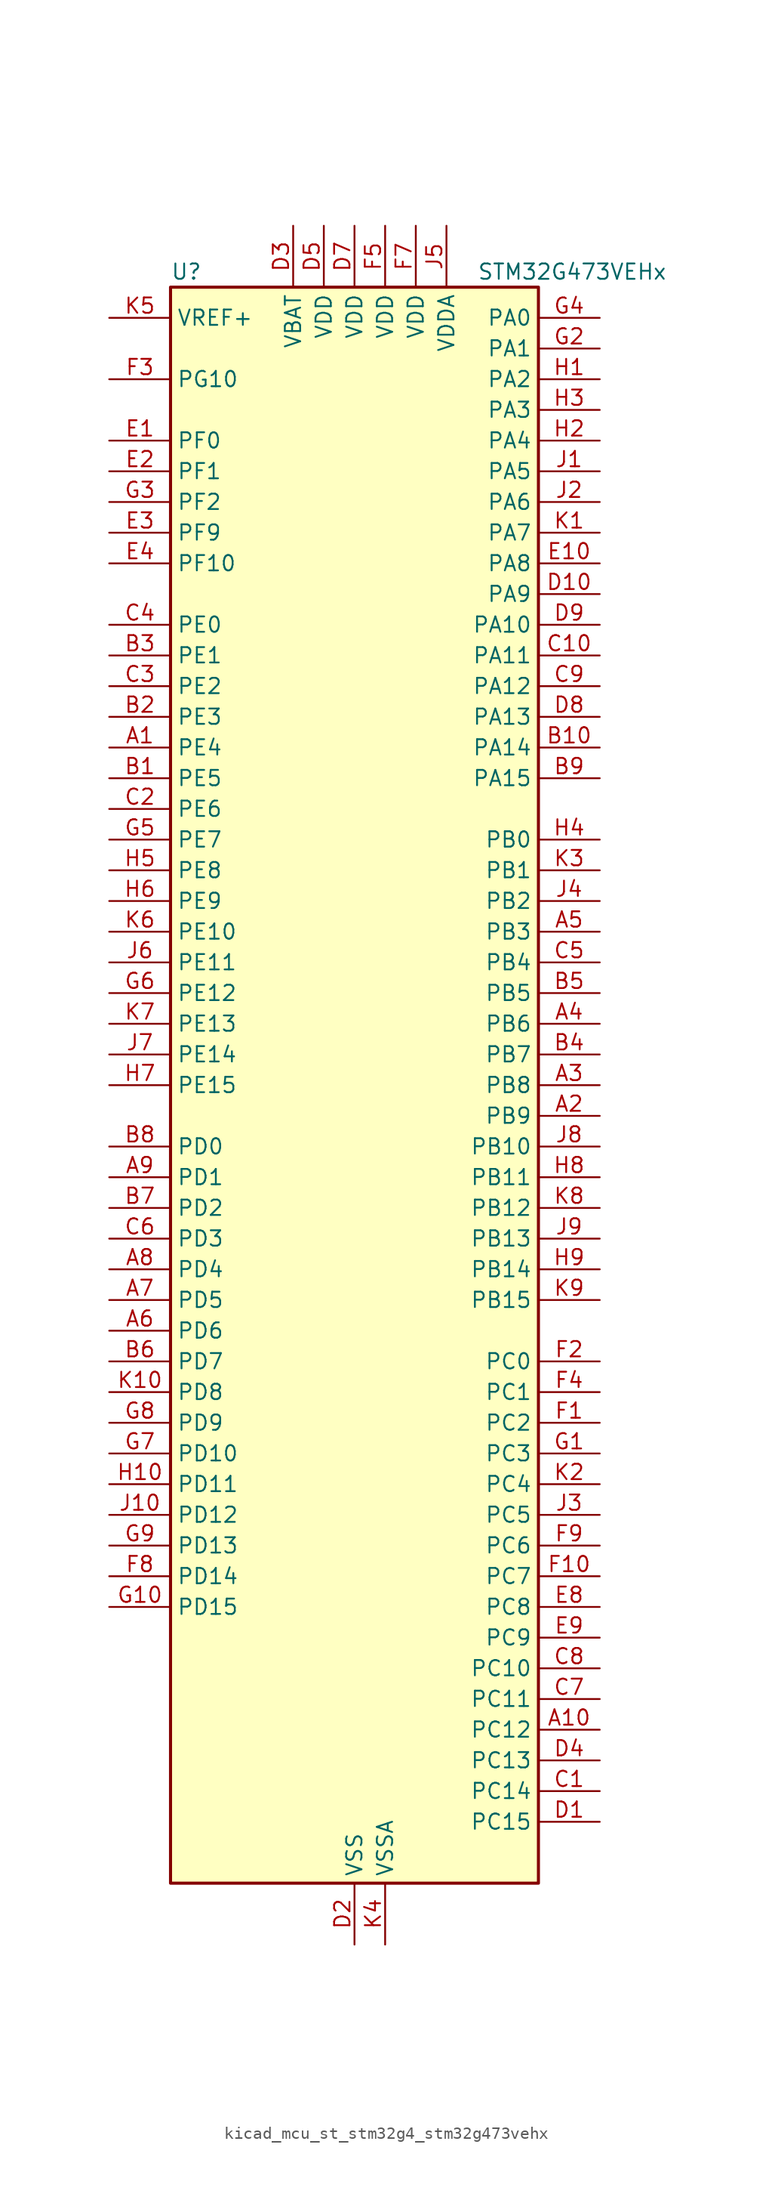
<source format=kicad_sym>
(kicad_symbol_lib
  (version 20220914)
  (generator kicad_symbol_editor)
  (symbol "kicad_mcu_st_stm32g4_stm32g473vehx"
    (property "Reference" "U"
      (at -15.24 67.31 0)
      (effects (font (size 1.27 1.27)) (justify left)))
    (property "Value" "STM32G473VEHx"
      (at 10.16 67.31 0)
      (effects (font (size 1.27 1.27)) (justify left)))
    (property "ki_locked" ""
      (at 0 0 0)
      (effects (font (size 1.27 1.27))))
    (symbol "kicad_mcu_st_stm32g4_stm32g473vehx_0_1"
      (rectangle (start -15.24 -66.04) (end 15.24 66.04) (stroke (width 0.254) (type default)) (fill (type background))))
    (symbol "kicad_mcu_st_stm32g4_stm32g473vehx_1_1"
      (pin bidirectional line (at -20.32 27.94 0) (length 5.08) (name "PE4" (effects (font (size 1.27 1.27)))) (number "A1" (effects (font (size 1.27 1.27)))) (alternate "FMC_A20" bidirectional line) (alternate "SAI1_D2" bidirectional line) (alternate "SAI1_FS_A" bidirectional line) (alternate "SPI4_NSS" bidirectional line) (alternate "SYS_TRACED1" bidirectional line) (alternate "TIM20_CH1N" bidirectional line) (alternate "TIM3_CH3" bidirectional line))
      (pin bidirectional line (at 20.32 -53.34 180) (length 5.08) (name "PC12" (effects (font (size 1.27 1.27)))) (number "A10" (effects (font (size 1.27 1.27)))) (alternate "I2S3_SD" bidirectional line) (alternate "SPI3_MOSI" bidirectional line) (alternate "TIM5_CH2" bidirectional line) (alternate "TIM8_CH3N" bidirectional line) (alternate "UART5_TX" bidirectional line) (alternate "UCPD1_FRSTX1" bidirectional line) (alternate "UCPD1_FRSTX2" bidirectional line) (alternate "USART3_CK" bidirectional line))
      (pin bidirectional line (at 20.32 -2.54 180) (length 5.08) (name "PB9" (effects (font (size 1.27 1.27)))) (number "A2" (effects (font (size 1.27 1.27)))) (alternate "COMP2_OUT" bidirectional line) (alternate "DAC1_EXTI9" bidirectional line) (alternate "DAC2_EXTI9" bidirectional line) (alternate "DAC3_EXTI9" bidirectional line) (alternate "DAC4_EXTI9" bidirectional line) (alternate "FDCAN1_TX" bidirectional line) (alternate "I2C1_SDA" bidirectional line) (alternate "IR_OUT" bidirectional line) (alternate "SAI1_D2" bidirectional line) (alternate "SAI1_FS_A" bidirectional line) (alternate "TIM17_CH1" bidirectional line) (alternate "TIM1_CH3N" bidirectional line) (alternate "TIM4_CH4" bidirectional line) (alternate "TIM8_CH3" bidirectional line) (alternate "USART3_TX" bidirectional line))
      (pin bidirectional line (at 20.32 0 180) (length 5.08) (name "PB8" (effects (font (size 1.27 1.27)))) (number "A3" (effects (font (size 1.27 1.27)))) (alternate "COMP1_OUT" bidirectional line) (alternate "FDCAN1_RX" bidirectional line) (alternate "I2C1_SCL" bidirectional line) (alternate "SAI1_CK1" bidirectional line) (alternate "SAI1_MCLK_A" bidirectional line) (alternate "TIM16_CH1" bidirectional line) (alternate "TIM1_BKIN" bidirectional line) (alternate "TIM4_CH3" bidirectional line) (alternate "TIM8_CH2" bidirectional line) (alternate "USART3_RX" bidirectional line))
      (pin bidirectional line (at 20.32 5.08 180) (length 5.08) (name "PB6" (effects (font (size 1.27 1.27)))) (number "A4" (effects (font (size 1.27 1.27)))) (alternate "COMP4_OUT" bidirectional line) (alternate "FDCAN2_TX" bidirectional line) (alternate "LPTIM1_ETR" bidirectional line) (alternate "SAI1_FS_B" bidirectional line) (alternate "TIM16_CH1N" bidirectional line) (alternate "TIM4_CH1" bidirectional line) (alternate "TIM8_BKIN2" bidirectional line) (alternate "TIM8_CH1" bidirectional line) (alternate "TIM8_ETR" bidirectional line) (alternate "UCPD1_CC1" bidirectional line) (alternate "USART1_TX" bidirectional line))
      (pin bidirectional line (at 20.32 12.7 180) (length 5.08) (name "PB3" (effects (font (size 1.27 1.27)))) (number "A5" (effects (font (size 1.27 1.27)))) (alternate "ADC3_EXTI3" bidirectional line) (alternate "ADC4_EXTI3" bidirectional line) (alternate "ADC5_EXTI3" bidirectional line) (alternate "CRS_SYNC" bidirectional line) (alternate "FDCAN3_RX" bidirectional line) (alternate "I2S3_CK" bidirectional line) (alternate "SAI1_SCK_B" bidirectional line) (alternate "SPI1_SCK" bidirectional line) (alternate "SPI3_SCK" bidirectional line) (alternate "SYS_JTDO-SWO" bidirectional line) (alternate "TIM2_CH2" bidirectional line) (alternate "TIM3_ETR" bidirectional line) (alternate "TIM4_ETR" bidirectional line) (alternate "TIM8_CH1N" bidirectional line) (alternate "USART2_TX" bidirectional line))
      (pin bidirectional line (at -20.32 -20.32 0) (length 5.08) (name "PD6" (effects (font (size 1.27 1.27)))) (number "A6" (effects (font (size 1.27 1.27)))) (alternate "FMC_NWAIT" bidirectional line) (alternate "QUADSPI1_BK2_IO2" bidirectional line) (alternate "SAI1_D1" bidirectional line) (alternate "SAI1_SD_A" bidirectional line) (alternate "TIM2_CH4" bidirectional line) (alternate "USART2_RX" bidirectional line))
      (pin bidirectional line (at -20.32 -17.78 0) (length 5.08) (name "PD5" (effects (font (size 1.27 1.27)))) (number "A7" (effects (font (size 1.27 1.27)))) (alternate "FMC_NWE" bidirectional line) (alternate "QUADSPI1_BK2_IO1" bidirectional line) (alternate "USART2_TX" bidirectional line))
      (pin bidirectional line (at -20.32 -15.24 0) (length 5.08) (name "PD4" (effects (font (size 1.27 1.27)))) (number "A8" (effects (font (size 1.27 1.27)))) (alternate "FMC_NOE" bidirectional line) (alternate "QUADSPI1_BK2_IO0" bidirectional line) (alternate "TIM2_CH2" bidirectional line) (alternate "USART2_DE" bidirectional line) (alternate "USART2_RTS" bidirectional line))
      (pin bidirectional line (at -20.32 -7.62 0) (length 5.08) (name "PD1" (effects (font (size 1.27 1.27)))) (number "A9" (effects (font (size 1.27 1.27)))) (alternate "FDCAN1_TX" bidirectional line) (alternate "FMC_D3" bidirectional line) (alternate "FMC_DA3" bidirectional line) (alternate "TIM8_BKIN2" bidirectional line) (alternate "TIM8_CH4" bidirectional line))
      (pin bidirectional line (at -20.32 25.4 0) (length 5.08) (name "PE5" (effects (font (size 1.27 1.27)))) (number "B1" (effects (font (size 1.27 1.27)))) (alternate "FMC_A21" bidirectional line) (alternate "SAI1_CK2" bidirectional line) (alternate "SAI1_SCK_A" bidirectional line) (alternate "SPI4_MISO" bidirectional line) (alternate "SYS_TRACED2" bidirectional line) (alternate "TIM20_CH2N" bidirectional line) (alternate "TIM3_CH4" bidirectional line))
      (pin bidirectional line (at 20.32 27.94 180) (length 5.08) (name "PA14" (effects (font (size 1.27 1.27)))) (number "B10" (effects (font (size 1.27 1.27)))) (alternate "I2C1_SDA" bidirectional line) (alternate "I2C4_SMBA" bidirectional line) (alternate "LPTIM1_OUT" bidirectional line) (alternate "SAI1_FS_B" bidirectional line) (alternate "SYS_JTCK-SWCLK" bidirectional line) (alternate "TIM1_BKIN" bidirectional line) (alternate "TIM8_CH2" bidirectional line) (alternate "USART2_TX" bidirectional line))
      (pin bidirectional line (at -20.32 30.48 0) (length 5.08) (name "PE3" (effects (font (size 1.27 1.27)))) (number "B2" (effects (font (size 1.27 1.27)))) (alternate "ADC3_EXTI3" bidirectional line) (alternate "ADC4_EXTI3" bidirectional line) (alternate "ADC5_EXTI3" bidirectional line) (alternate "FMC_A19" bidirectional line) (alternate "SAI1_SD_B" bidirectional line) (alternate "SPI4_NSS" bidirectional line) (alternate "SYS_TRACED0" bidirectional line) (alternate "TIM20_CH2" bidirectional line) (alternate "TIM3_CH2" bidirectional line))
      (pin bidirectional line (at -20.32 35.56 0) (length 5.08) (name "PE1" (effects (font (size 1.27 1.27)))) (number "B3" (effects (font (size 1.27 1.27)))) (alternate "FMC_NBL1" bidirectional line) (alternate "TIM17_CH1" bidirectional line) (alternate "TIM20_CH4" bidirectional line) (alternate "USART1_RX" bidirectional line))
      (pin bidirectional line (at 20.32 2.54 180) (length 5.08) (name "PB7" (effects (font (size 1.27 1.27)))) (number "B4" (effects (font (size 1.27 1.27)))) (alternate "COMP3_OUT" bidirectional line) (alternate "FMC_NL" bidirectional line) (alternate "I2C1_SDA" bidirectional line) (alternate "I2C4_SDA" bidirectional line) (alternate "LPTIM1_IN2" bidirectional line) (alternate "SYS_PVD_IN" bidirectional line) (alternate "TIM17_CH1N" bidirectional line) (alternate "TIM3_CH4" bidirectional line) (alternate "TIM4_CH2" bidirectional line) (alternate "TIM8_BKIN" bidirectional line) (alternate "UART4_CTS" bidirectional line) (alternate "USART1_RX" bidirectional line))
      (pin bidirectional line (at 20.32 7.62 180) (length 5.08) (name "PB5" (effects (font (size 1.27 1.27)))) (number "B5" (effects (font (size 1.27 1.27)))) (alternate "FDCAN2_RX" bidirectional line) (alternate "I2C1_SMBA" bidirectional line) (alternate "I2C3_SDA" bidirectional line) (alternate "I2S3_SD" bidirectional line) (alternate "LPTIM1_IN1" bidirectional line) (alternate "SAI1_SD_B" bidirectional line) (alternate "SPI1_MOSI" bidirectional line) (alternate "SPI3_MOSI" bidirectional line) (alternate "TIM16_BKIN" bidirectional line) (alternate "TIM17_CH1" bidirectional line) (alternate "TIM3_CH2" bidirectional line) (alternate "TIM8_CH3N" bidirectional line) (alternate "UART5_CTS" bidirectional line) (alternate "USART2_CK" bidirectional line))
      (pin bidirectional line (at -20.32 -22.86 0) (length 5.08) (name "PD7" (effects (font (size 1.27 1.27)))) (number "B6" (effects (font (size 1.27 1.27)))) (alternate "FMC_NCE" bidirectional line) (alternate "FMC_NE1" bidirectional line) (alternate "QUADSPI1_BK2_IO3" bidirectional line) (alternate "TIM2_CH3" bidirectional line) (alternate "USART2_CK" bidirectional line))
      (pin bidirectional line (at -20.32 -10.16 0) (length 5.08) (name "PD2" (effects (font (size 1.27 1.27)))) (number "B7" (effects (font (size 1.27 1.27)))) (alternate "ADC3_EXTI2" bidirectional line) (alternate "ADC4_EXTI2" bidirectional line) (alternate "ADC5_EXTI2" bidirectional line) (alternate "TIM3_ETR" bidirectional line) (alternate "TIM8_BKIN" bidirectional line) (alternate "UART5_RX" bidirectional line))
      (pin bidirectional line (at -20.32 -5.08 0) (length 5.08) (name "PD0" (effects (font (size 1.27 1.27)))) (number "B8" (effects (font (size 1.27 1.27)))) (alternate "FDCAN1_RX" bidirectional line) (alternate "FMC_D2" bidirectional line) (alternate "FMC_DA2" bidirectional line) (alternate "TIM8_CH4N" bidirectional line))
      (pin bidirectional line (at 20.32 25.4 180) (length 5.08) (name "PA15" (effects (font (size 1.27 1.27)))) (number "B9" (effects (font (size 1.27 1.27)))) (alternate "ADC1_EXTI15" bidirectional line) (alternate "ADC2_EXTI15" bidirectional line) (alternate "FDCAN3_TX" bidirectional line) (alternate "I2C1_SCL" bidirectional line) (alternate "I2S3_WS" bidirectional line) (alternate "SPI1_NSS" bidirectional line) (alternate "SPI3_NSS" bidirectional line) (alternate "SYS_JTDI" bidirectional line) (alternate "TIM1_BKIN" bidirectional line) (alternate "TIM2_CH1" bidirectional line) (alternate "TIM2_ETR" bidirectional line) (alternate "TIM8_CH1" bidirectional line) (alternate "UART4_DE" bidirectional line) (alternate "UART4_RTS" bidirectional line) (alternate "USART2_RX" bidirectional line))
      (pin bidirectional line (at 20.32 -58.42 180) (length 5.08) (name "PC14" (effects (font (size 1.27 1.27)))) (number "C1" (effects (font (size 1.27 1.27)))) (alternate "RCC_OSC32_IN" bidirectional line))
      (pin bidirectional line (at 20.32 35.56 180) (length 5.08) (name "PA11" (effects (font (size 1.27 1.27)))) (number "C10" (effects (font (size 1.27 1.27)))) (alternate "ADC1_EXTI11" bidirectional line) (alternate "ADC2_EXTI11" bidirectional line) (alternate "COMP1_OUT" bidirectional line) (alternate "FDCAN1_RX" bidirectional line) (alternate "I2S2_SD" bidirectional line) (alternate "SPI2_MOSI" bidirectional line) (alternate "TIM1_BKIN2" bidirectional line) (alternate "TIM1_CH1N" bidirectional line) (alternate "TIM1_CH4" bidirectional line) (alternate "TIM4_CH1" bidirectional line) (alternate "USART1_CTS" bidirectional line) (alternate "USART1_NSS" bidirectional line) (alternate "USB_DM" bidirectional line))
      (pin bidirectional line (at -20.32 22.86 0) (length 5.08) (name "PE6" (effects (font (size 1.27 1.27)))) (number "C2" (effects (font (size 1.27 1.27)))) (alternate "FMC_A22" bidirectional line) (alternate "RTC_TAMP3" bidirectional line) (alternate "SAI1_D1" bidirectional line) (alternate "SAI1_SD_A" bidirectional line) (alternate "SPI4_MOSI" bidirectional line) (alternate "SYS_TRACED3" bidirectional line) (alternate "SYS_WKUP3" bidirectional line) (alternate "TIM20_CH3N" bidirectional line))
      (pin bidirectional line (at -20.32 33.02 0) (length 5.08) (name "PE2" (effects (font (size 1.27 1.27)))) (number "C3" (effects (font (size 1.27 1.27)))) (alternate "ADC3_EXTI2" bidirectional line) (alternate "ADC4_EXTI2" bidirectional line) (alternate "ADC5_EXTI2" bidirectional line) (alternate "FMC_A23" bidirectional line) (alternate "SAI1_CK1" bidirectional line) (alternate "SAI1_MCLK_A" bidirectional line) (alternate "SPI4_SCK" bidirectional line) (alternate "SYS_TRACECLK" bidirectional line) (alternate "TIM20_CH1" bidirectional line) (alternate "TIM3_CH1" bidirectional line))
      (pin bidirectional line (at -20.32 38.1 0) (length 5.08) (name "PE0" (effects (font (size 1.27 1.27)))) (number "C4" (effects (font (size 1.27 1.27)))) (alternate "FMC_NBL0" bidirectional line) (alternate "TIM16_CH1" bidirectional line) (alternate "TIM20_CH4N" bidirectional line) (alternate "TIM20_ETR" bidirectional line) (alternate "TIM4_ETR" bidirectional line) (alternate "USART1_TX" bidirectional line))
      (pin bidirectional line (at 20.32 10.16 180) (length 5.08) (name "PB4" (effects (font (size 1.27 1.27)))) (number "C5" (effects (font (size 1.27 1.27)))) (alternate "FDCAN3_TX" bidirectional line) (alternate "SAI1_MCLK_B" bidirectional line) (alternate "SPI1_MISO" bidirectional line) (alternate "SPI3_MISO" bidirectional line) (alternate "SYS_JTRST" bidirectional line) (alternate "TIM16_CH1" bidirectional line) (alternate "TIM17_BKIN" bidirectional line) (alternate "TIM3_CH1" bidirectional line) (alternate "TIM8_CH2N" bidirectional line) (alternate "UART5_DE" bidirectional line) (alternate "UART5_RTS" bidirectional line) (alternate "UCPD1_CC2" bidirectional line) (alternate "USART2_RX" bidirectional line))
      (pin bidirectional line (at -20.32 -12.7 0) (length 5.08) (name "PD3" (effects (font (size 1.27 1.27)))) (number "C6" (effects (font (size 1.27 1.27)))) (alternate "ADC3_EXTI3" bidirectional line) (alternate "ADC4_EXTI3" bidirectional line) (alternate "ADC5_EXTI3" bidirectional line) (alternate "FMC_CLK" bidirectional line) (alternate "QUADSPI1_BK2_NCS" bidirectional line) (alternate "TIM2_CH1" bidirectional line) (alternate "TIM2_ETR" bidirectional line) (alternate "USART2_CTS" bidirectional line) (alternate "USART2_NSS" bidirectional line))
      (pin bidirectional line (at 20.32 -50.8 180) (length 5.08) (name "PC11" (effects (font (size 1.27 1.27)))) (number "C7" (effects (font (size 1.27 1.27)))) (alternate "ADC1_EXTI11" bidirectional line) (alternate "ADC2_EXTI11" bidirectional line) (alternate "I2C3_SDA" bidirectional line) (alternate "SPI3_MISO" bidirectional line) (alternate "TIM8_CH2N" bidirectional line) (alternate "UART4_RX" bidirectional line) (alternate "USART3_RX" bidirectional line))
      (pin bidirectional line (at 20.32 -48.26 180) (length 5.08) (name "PC10" (effects (font (size 1.27 1.27)))) (number "C8" (effects (font (size 1.27 1.27)))) (alternate "DAC1_EXTI10" bidirectional line) (alternate "DAC2_EXTI10" bidirectional line) (alternate "DAC3_EXTI10" bidirectional line) (alternate "DAC4_EXTI10" bidirectional line) (alternate "I2S3_CK" bidirectional line) (alternate "SPI3_SCK" bidirectional line) (alternate "TIM8_CH1N" bidirectional line) (alternate "UART4_TX" bidirectional line) (alternate "USART3_TX" bidirectional line))
      (pin bidirectional line (at 20.32 33.02 180) (length 5.08) (name "PA12" (effects (font (size 1.27 1.27)))) (number "C9" (effects (font (size 1.27 1.27)))) (alternate "COMP2_OUT" bidirectional line) (alternate "FDCAN1_TX" bidirectional line) (alternate "I2S_CKIN" bidirectional line) (alternate "TIM16_CH1" bidirectional line) (alternate "TIM1_CH2N" bidirectional line) (alternate "TIM1_ETR" bidirectional line) (alternate "TIM4_CH2" bidirectional line) (alternate "USART1_DE" bidirectional line) (alternate "USART1_RTS" bidirectional line) (alternate "USB_DP" bidirectional line))
      (pin bidirectional line (at 20.32 -60.96 180) (length 5.08) (name "PC15" (effects (font (size 1.27 1.27)))) (number "D1" (effects (font (size 1.27 1.27)))) (alternate "ADC1_EXTI15" bidirectional line) (alternate "ADC2_EXTI15" bidirectional line) (alternate "RCC_OSC32_OUT" bidirectional line))
      (pin bidirectional line (at 20.32 40.64 180) (length 5.08) (name "PA9" (effects (font (size 1.27 1.27)))) (number "D10" (effects (font (size 1.27 1.27)))) (alternate "ADC5_IN2" bidirectional line) (alternate "COMP5_OUT" bidirectional line) (alternate "DAC1_EXTI9" bidirectional line) (alternate "DAC2_EXTI9" bidirectional line) (alternate "DAC3_EXTI9" bidirectional line) (alternate "DAC4_EXTI9" bidirectional line) (alternate "I2C2_SCL" bidirectional line) (alternate "I2C3_SMBA" bidirectional line) (alternate "I2S3_MCK" bidirectional line) (alternate "SAI1_FS_A" bidirectional line) (alternate "TIM15_BKIN" bidirectional line) (alternate "TIM1_CH2" bidirectional line) (alternate "TIM2_CH3" bidirectional line) (alternate "UCPD1_DBCC1" bidirectional line) (alternate "USART1_TX" bidirectional line))
      (pin power_in line (at 0 -71.12 90) (length 5.08) (name "VSS" (effects (font (size 1.27 1.27)))) (number "D2" (effects (font (size 1.27 1.27)))))
      (pin power_in line (at -5.08 71.12 270) (length 5.08) (name "VBAT" (effects (font (size 1.27 1.27)))) (number "D3" (effects (font (size 1.27 1.27)))))
      (pin bidirectional line (at 20.32 -55.88 180) (length 5.08) (name "PC13" (effects (font (size 1.27 1.27)))) (number "D4" (effects (font (size 1.27 1.27)))) (alternate "RTC_OUT1" bidirectional line) (alternate "RTC_TAMP1" bidirectional line) (alternate "RTC_TS" bidirectional line) (alternate "SYS_WKUP2" bidirectional line) (alternate "TIM1_BKIN" bidirectional line) (alternate "TIM1_CH1N" bidirectional line) (alternate "TIM8_CH4N" bidirectional line))
      (pin power_in line (at -2.54 71.12 270) (length 5.08) (name "VDD" (effects (font (size 1.27 1.27)))) (number "D5" (effects (font (size 1.27 1.27)))))
      (pin passive line (at 0 -71.12 90) (length 5.08) hide (name "VSS" (effects (font (size 1.27 1.27)))) (number "D6" (effects (font (size 1.27 1.27)))))
      (pin power_in line (at 0 71.12 270) (length 5.08) (name "VDD" (effects (font (size 1.27 1.27)))) (number "D7" (effects (font (size 1.27 1.27)))))
      (pin bidirectional line (at 20.32 30.48 180) (length 5.08) (name "PA13" (effects (font (size 1.27 1.27)))) (number "D8" (effects (font (size 1.27 1.27)))) (alternate "I2C1_SCL" bidirectional line) (alternate "I2C4_SCL" bidirectional line) (alternate "IR_OUT" bidirectional line) (alternate "SAI1_SD_B" bidirectional line) (alternate "SYS_JTMS-SWDIO" bidirectional line) (alternate "TIM16_CH1N" bidirectional line) (alternate "TIM4_CH3" bidirectional line) (alternate "USART3_CTS" bidirectional line) (alternate "USART3_NSS" bidirectional line))
      (pin bidirectional line (at 20.32 38.1 180) (length 5.08) (name "PA10" (effects (font (size 1.27 1.27)))) (number "D9" (effects (font (size 1.27 1.27)))) (alternate "COMP6_OUT" bidirectional line) (alternate "CRS_SYNC" bidirectional line) (alternate "DAC1_EXTI10" bidirectional line) (alternate "DAC2_EXTI10" bidirectional line) (alternate "DAC3_EXTI10" bidirectional line) (alternate "DAC4_EXTI10" bidirectional line) (alternate "I2C2_SMBA" bidirectional line) (alternate "SAI1_D1" bidirectional line) (alternate "SAI1_SD_A" bidirectional line) (alternate "SPI2_MISO" bidirectional line) (alternate "TIM17_BKIN" bidirectional line) (alternate "TIM1_CH3" bidirectional line) (alternate "TIM2_CH4" bidirectional line) (alternate "TIM8_BKIN" bidirectional line) (alternate "UCPD1_DBCC2" bidirectional line) (alternate "USART1_RX" bidirectional line))
      (pin bidirectional line (at -20.32 53.34 0) (length 5.08) (name "PF0" (effects (font (size 1.27 1.27)))) (number "E1" (effects (font (size 1.27 1.27)))) (alternate "ADC1_IN10" bidirectional line) (alternate "I2C2_SDA" bidirectional line) (alternate "I2S2_WS" bidirectional line) (alternate "RCC_OSC_IN" bidirectional line) (alternate "SPI2_NSS" bidirectional line) (alternate "TIM1_CH3N" bidirectional line))
      (pin bidirectional line (at 20.32 43.18 180) (length 5.08) (name "PA8" (effects (font (size 1.27 1.27)))) (number "E10" (effects (font (size 1.27 1.27)))) (alternate "ADC5_IN1" bidirectional line) (alternate "COMP7_OUT" bidirectional line) (alternate "FDCAN3_RX" bidirectional line) (alternate "I2C2_SDA" bidirectional line) (alternate "I2C3_SCL" bidirectional line) (alternate "I2S2_MCK" bidirectional line) (alternate "OPAMP5_VOUT" bidirectional line) (alternate "RCC_MCO" bidirectional line) (alternate "SAI1_CK2" bidirectional line) (alternate "SAI1_SCK_A" bidirectional line) (alternate "TIM1_CH1" bidirectional line) (alternate "TIM4_ETR" bidirectional line) (alternate "USART1_CK" bidirectional line))
      (pin bidirectional line (at -20.32 50.8 0) (length 5.08) (name "PF1" (effects (font (size 1.27 1.27)))) (number "E2" (effects (font (size 1.27 1.27)))) (alternate "ADC2_IN10" bidirectional line) (alternate "COMP3_INM" bidirectional line) (alternate "I2S2_CK" bidirectional line) (alternate "RCC_OSC_OUT" bidirectional line) (alternate "SPI2_SCK" bidirectional line))
      (pin bidirectional line (at -20.32 45.72 0) (length 5.08) (name "PF9" (effects (font (size 1.27 1.27)))) (number "E3" (effects (font (size 1.27 1.27)))) (alternate "DAC1_EXTI9" bidirectional line) (alternate "DAC2_EXTI9" bidirectional line) (alternate "DAC3_EXTI9" bidirectional line) (alternate "DAC4_EXTI9" bidirectional line) (alternate "FMC_A25" bidirectional line) (alternate "QUADSPI1_BK1_IO1" bidirectional line) (alternate "SAI1_FS_B" bidirectional line) (alternate "SPI2_SCK" bidirectional line) (alternate "TIM15_CH1" bidirectional line) (alternate "TIM20_BKIN" bidirectional line) (alternate "TIM5_CH4" bidirectional line))
      (pin bidirectional line (at -20.32 43.18 0) (length 5.08) (name "PF10" (effects (font (size 1.27 1.27)))) (number "E4" (effects (font (size 1.27 1.27)))) (alternate "DAC1_EXTI10" bidirectional line) (alternate "DAC2_EXTI10" bidirectional line) (alternate "DAC3_EXTI10" bidirectional line) (alternate "DAC4_EXTI10" bidirectional line) (alternate "FMC_A0" bidirectional line) (alternate "QUADSPI1_CLK" bidirectional line) (alternate "SAI1_D3" bidirectional line) (alternate "SPI2_SCK" bidirectional line) (alternate "TIM15_CH2" bidirectional line) (alternate "TIM20_BKIN2" bidirectional line))
      (pin passive line (at 0 -71.12 90) (length 5.08) hide (name "VSS" (effects (font (size 1.27 1.27)))) (number "E5" (effects (font (size 1.27 1.27)))))
      (pin passive line (at 0 -71.12 90) (length 5.08) hide (name "VSS" (effects (font (size 1.27 1.27)))) (number "E6" (effects (font (size 1.27 1.27)))))
      (pin passive line (at 0 -71.12 90) (length 5.08) hide (name "VSS" (effects (font (size 1.27 1.27)))) (number "E7" (effects (font (size 1.27 1.27)))))
      (pin bidirectional line (at 20.32 -43.18 180) (length 5.08) (name "PC8" (effects (font (size 1.27 1.27)))) (number "E8" (effects (font (size 1.27 1.27)))) (alternate "COMP7_OUT" bidirectional line) (alternate "I2C3_SCL" bidirectional line) (alternate "TIM20_CH3" bidirectional line) (alternate "TIM3_CH3" bidirectional line) (alternate "TIM8_CH3" bidirectional line))
      (pin bidirectional line (at 20.32 -45.72 180) (length 5.08) (name "PC9" (effects (font (size 1.27 1.27)))) (number "E9" (effects (font (size 1.27 1.27)))) (alternate "DAC1_EXTI9" bidirectional line) (alternate "DAC2_EXTI9" bidirectional line) (alternate "DAC3_EXTI9" bidirectional line) (alternate "DAC4_EXTI9" bidirectional line) (alternate "I2C3_SDA" bidirectional line) (alternate "I2S_CKIN" bidirectional line) (alternate "TIM3_CH4" bidirectional line) (alternate "TIM8_BKIN2" bidirectional line) (alternate "TIM8_CH4" bidirectional line))
      (pin bidirectional line (at 20.32 -27.94 180) (length 5.08) (name "PC2" (effects (font (size 1.27 1.27)))) (number "F1" (effects (font (size 1.27 1.27)))) (alternate "ADC1_IN8" bidirectional line) (alternate "ADC2_IN8" bidirectional line) (alternate "ADC3_EXTI2" bidirectional line) (alternate "ADC4_EXTI2" bidirectional line) (alternate "ADC5_EXTI2" bidirectional line) (alternate "COMP3_OUT" bidirectional line) (alternate "LPTIM1_IN2" bidirectional line) (alternate "QUADSPI1_BK2_IO1" bidirectional line) (alternate "TIM1_CH3" bidirectional line) (alternate "TIM20_CH2" bidirectional line))
      (pin bidirectional line (at 20.32 -40.64 180) (length 5.08) (name "PC7" (effects (font (size 1.27 1.27)))) (number "F10" (effects (font (size 1.27 1.27)))) (alternate "COMP5_OUT" bidirectional line) (alternate "I2C4_SDA" bidirectional line) (alternate "I2S3_MCK" bidirectional line) (alternate "TIM3_CH2" bidirectional line) (alternate "TIM8_CH2" bidirectional line))
      (pin bidirectional line (at 20.32 -22.86 180) (length 5.08) (name "PC0" (effects (font (size 1.27 1.27)))) (number "F2" (effects (font (size 1.27 1.27)))) (alternate "ADC1_IN6" bidirectional line) (alternate "ADC2_IN6" bidirectional line) (alternate "COMP3_INM" bidirectional line) (alternate "LPTIM1_IN1" bidirectional line) (alternate "LPUART1_RX" bidirectional line) (alternate "TIM1_CH1" bidirectional line))
      (pin bidirectional line (at -20.32 58.42 0) (length 5.08) (name "PG10" (effects (font (size 1.27 1.27)))) (number "F3" (effects (font (size 1.27 1.27)))) (alternate "DAC1_EXTI10" bidirectional line) (alternate "DAC2_EXTI10" bidirectional line) (alternate "DAC3_EXTI10" bidirectional line) (alternate "DAC4_EXTI10" bidirectional line) (alternate "RCC_MCO" bidirectional line))
      (pin bidirectional line (at 20.32 -25.4 180) (length 5.08) (name "PC1" (effects (font (size 1.27 1.27)))) (number "F4" (effects (font (size 1.27 1.27)))) (alternate "ADC1_IN7" bidirectional line) (alternate "ADC2_IN7" bidirectional line) (alternate "COMP3_INP" bidirectional line) (alternate "LPTIM1_OUT" bidirectional line) (alternate "LPUART1_TX" bidirectional line) (alternate "QUADSPI1_BK2_IO0" bidirectional line) (alternate "SAI1_SD_A" bidirectional line) (alternate "TIM1_CH2" bidirectional line))
      (pin power_in line (at 2.54 71.12 270) (length 5.08) (name "VDD" (effects (font (size 1.27 1.27)))) (number "F5" (effects (font (size 1.27 1.27)))))
      (pin passive line (at 0 -71.12 90) (length 5.08) hide (name "VSS" (effects (font (size 1.27 1.27)))) (number "F6" (effects (font (size 1.27 1.27)))))
      (pin power_in line (at 5.08 71.12 270) (length 5.08) (name "VDD" (effects (font (size 1.27 1.27)))) (number "F7" (effects (font (size 1.27 1.27)))))
      (pin bidirectional line (at -20.32 -40.64 0) (length 5.08) (name "PD14" (effects (font (size 1.27 1.27)))) (number "F8" (effects (font (size 1.27 1.27)))) (alternate "ADC3_IN11" bidirectional line) (alternate "ADC4_IN11" bidirectional line) (alternate "ADC5_IN11" bidirectional line) (alternate "COMP7_INP" bidirectional line) (alternate "FMC_D0" bidirectional line) (alternate "FMC_DA0" bidirectional line) (alternate "OPAMP2_VINP" bidirectional line) (alternate "OPAMP2_VINP_SEC" bidirectional line) (alternate "TIM4_CH3" bidirectional line))
      (pin bidirectional line (at 20.32 -38.1 180) (length 5.08) (name "PC6" (effects (font (size 1.27 1.27)))) (number "F9" (effects (font (size 1.27 1.27)))) (alternate "COMP6_OUT" bidirectional line) (alternate "I2C4_SCL" bidirectional line) (alternate "I2S2_MCK" bidirectional line) (alternate "TIM3_CH1" bidirectional line) (alternate "TIM8_CH1" bidirectional line))
      (pin bidirectional line (at 20.32 -30.48 180) (length 5.08) (name "PC3" (effects (font (size 1.27 1.27)))) (number "G1" (effects (font (size 1.27 1.27)))) (alternate "ADC1_IN9" bidirectional line) (alternate "ADC2_IN9" bidirectional line) (alternate "ADC3_EXTI3" bidirectional line) (alternate "ADC4_EXTI3" bidirectional line) (alternate "ADC5_EXTI3" bidirectional line) (alternate "LPTIM1_ETR" bidirectional line) (alternate "OPAMP5_VINP" bidirectional line) (alternate "OPAMP5_VINP_SEC" bidirectional line) (alternate "QUADSPI1_BK2_IO2" bidirectional line) (alternate "SAI1_D1" bidirectional line) (alternate "SAI1_SD_A" bidirectional line) (alternate "TIM1_BKIN2" bidirectional line) (alternate "TIM1_CH4" bidirectional line))
      (pin bidirectional line (at -20.32 -43.18 0) (length 5.08) (name "PD15" (effects (font (size 1.27 1.27)))) (number "G10" (effects (font (size 1.27 1.27)))) (alternate "ADC1_EXTI15" bidirectional line) (alternate "ADC2_EXTI15" bidirectional line) (alternate "COMP7_INM" bidirectional line) (alternate "FMC_D1" bidirectional line) (alternate "FMC_DA1" bidirectional line) (alternate "SPI2_NSS" bidirectional line) (alternate "TIM4_CH4" bidirectional line))
      (pin bidirectional line (at 20.32 60.96 180) (length 5.08) (name "PA1" (effects (font (size 1.27 1.27)))) (number "G2" (effects (font (size 1.27 1.27)))) (alternate "ADC1_IN2" bidirectional line) (alternate "ADC2_IN2" bidirectional line) (alternate "COMP1_INP" bidirectional line) (alternate "OPAMP1_VINP" bidirectional line) (alternate "OPAMP1_VINP_SEC" bidirectional line) (alternate "OPAMP3_VINP" bidirectional line) (alternate "OPAMP3_VINP_SEC" bidirectional line) (alternate "OPAMP6_VINM" bidirectional line) (alternate "OPAMP6_VINM0" bidirectional line) (alternate "OPAMP6_VINM_SEC" bidirectional line) (alternate "RTC_REFIN" bidirectional line) (alternate "TIM15_CH1N" bidirectional line) (alternate "TIM2_CH2" bidirectional line) (alternate "TIM5_CH2" bidirectional line) (alternate "USART2_DE" bidirectional line) (alternate "USART2_RTS" bidirectional line))
      (pin bidirectional line (at -20.32 48.26 0) (length 5.08) (name "PF2" (effects (font (size 1.27 1.27)))) (number "G3" (effects (font (size 1.27 1.27)))) (alternate "ADC3_EXTI2" bidirectional line) (alternate "ADC4_EXTI2" bidirectional line) (alternate "ADC5_EXTI2" bidirectional line) (alternate "FMC_A2" bidirectional line) (alternate "I2C2_SMBA" bidirectional line) (alternate "TIM20_CH3" bidirectional line))
      (pin bidirectional line (at 20.32 63.5 180) (length 5.08) (name "PA0" (effects (font (size 1.27 1.27)))) (number "G4" (effects (font (size 1.27 1.27)))) (alternate "ADC1_IN1" bidirectional line) (alternate "ADC2_IN1" bidirectional line) (alternate "COMP1_INM" bidirectional line) (alternate "COMP1_OUT" bidirectional line) (alternate "COMP3_INP" bidirectional line) (alternate "RTC_TAMP2" bidirectional line) (alternate "SYS_WKUP1" bidirectional line) (alternate "TIM2_CH1" bidirectional line) (alternate "TIM2_ETR" bidirectional line) (alternate "TIM5_CH1" bidirectional line) (alternate "TIM8_BKIN" bidirectional line) (alternate "TIM8_ETR" bidirectional line) (alternate "USART2_CTS" bidirectional line) (alternate "USART2_NSS" bidirectional line))
      (pin bidirectional line (at -20.32 20.32 0) (length 5.08) (name "PE7" (effects (font (size 1.27 1.27)))) (number "G5" (effects (font (size 1.27 1.27)))) (alternate "ADC3_IN4" bidirectional line) (alternate "COMP4_INP" bidirectional line) (alternate "FMC_D4" bidirectional line) (alternate "FMC_DA4" bidirectional line) (alternate "SAI1_SD_B" bidirectional line) (alternate "TIM1_ETR" bidirectional line))
      (pin bidirectional line (at -20.32 7.62 0) (length 5.08) (name "PE12" (effects (font (size 1.27 1.27)))) (number "G6" (effects (font (size 1.27 1.27)))) (alternate "ADC3_IN16" bidirectional line) (alternate "ADC4_IN16" bidirectional line) (alternate "ADC5_IN16" bidirectional line) (alternate "FMC_D9" bidirectional line) (alternate "FMC_DA9" bidirectional line) (alternate "QUADSPI1_BK1_IO0" bidirectional line) (alternate "SPI4_SCK" bidirectional line) (alternate "TIM1_CH3N" bidirectional line))
      (pin bidirectional line (at -20.32 -30.48 0) (length 5.08) (name "PD10" (effects (font (size 1.27 1.27)))) (number "G7" (effects (font (size 1.27 1.27)))) (alternate "ADC3_IN7" bidirectional line) (alternate "ADC4_IN7" bidirectional line) (alternate "ADC5_IN7" bidirectional line) (alternate "COMP6_INM" bidirectional line) (alternate "DAC1_EXTI10" bidirectional line) (alternate "DAC2_EXTI10" bidirectional line) (alternate "DAC3_EXTI10" bidirectional line) (alternate "DAC4_EXTI10" bidirectional line) (alternate "FMC_D15" bidirectional line) (alternate "FMC_DA15" bidirectional line) (alternate "USART3_CK" bidirectional line))
      (pin bidirectional line (at -20.32 -27.94 0) (length 5.08) (name "PD9" (effects (font (size 1.27 1.27)))) (number "G8" (effects (font (size 1.27 1.27)))) (alternate "ADC4_IN13" bidirectional line) (alternate "ADC5_IN13" bidirectional line) (alternate "DAC1_EXTI9" bidirectional line) (alternate "DAC2_EXTI9" bidirectional line) (alternate "DAC3_EXTI9" bidirectional line) (alternate "DAC4_EXTI9" bidirectional line) (alternate "FMC_D14" bidirectional line) (alternate "FMC_DA14" bidirectional line) (alternate "OPAMP6_VINP" bidirectional line) (alternate "OPAMP6_VINP_SEC" bidirectional line) (alternate "USART3_RX" bidirectional line))
      (pin bidirectional line (at -20.32 -38.1 0) (length 5.08) (name "PD13" (effects (font (size 1.27 1.27)))) (number "G9" (effects (font (size 1.27 1.27)))) (alternate "ADC3_IN10" bidirectional line) (alternate "ADC4_IN10" bidirectional line) (alternate "ADC5_IN10" bidirectional line) (alternate "COMP5_INM" bidirectional line) (alternate "FMC_A18" bidirectional line) (alternate "TIM4_CH2" bidirectional line))
      (pin bidirectional line (at 20.32 58.42 180) (length 5.08) (name "PA2" (effects (font (size 1.27 1.27)))) (number "H1" (effects (font (size 1.27 1.27)))) (alternate "ADC1_IN3" bidirectional line) (alternate "ADC3_EXTI2" bidirectional line) (alternate "ADC4_EXTI2" bidirectional line) (alternate "ADC5_EXTI2" bidirectional line) (alternate "COMP2_INM" bidirectional line) (alternate "COMP2_OUT" bidirectional line) (alternate "LPUART1_TX" bidirectional line) (alternate "OPAMP1_VOUT" bidirectional line) (alternate "QUADSPI1_BK1_NCS" bidirectional line) (alternate "RCC_LSCO" bidirectional line) (alternate "SYS_WKUP4" bidirectional line) (alternate "TIM15_CH1" bidirectional line) (alternate "TIM2_CH3" bidirectional line) (alternate "TIM5_CH3" bidirectional line) (alternate "UCPD1_FRSTX1" bidirectional line) (alternate "UCPD1_FRSTX2" bidirectional line) (alternate "USART2_TX" bidirectional line))
      (pin bidirectional line (at -20.32 -33.02 0) (length 5.08) (name "PD11" (effects (font (size 1.27 1.27)))) (number "H10" (effects (font (size 1.27 1.27)))) (alternate "ADC1_EXTI11" bidirectional line) (alternate "ADC2_EXTI11" bidirectional line) (alternate "ADC3_IN8" bidirectional line) (alternate "ADC4_IN8" bidirectional line) (alternate "ADC5_IN8" bidirectional line) (alternate "COMP6_INP" bidirectional line) (alternate "FMC_A16" bidirectional line) (alternate "FMC_CLE" bidirectional line) (alternate "I2C4_SMBA" bidirectional line) (alternate "OPAMP4_VINP" bidirectional line) (alternate "OPAMP4_VINP_SEC" bidirectional line) (alternate "TIM5_ETR" bidirectional line) (alternate "USART3_CTS" bidirectional line) (alternate "USART3_NSS" bidirectional line))
      (pin bidirectional line (at 20.32 53.34 180) (length 5.08) (name "PA4" (effects (font (size 1.27 1.27)))) (number "H2" (effects (font (size 1.27 1.27)))) (alternate "ADC2_IN17" bidirectional line) (alternate "COMP1_INM" bidirectional line) (alternate "DAC1_OUT1" bidirectional line) (alternate "I2S3_WS" bidirectional line) (alternate "SAI1_FS_B" bidirectional line) (alternate "SPI1_NSS" bidirectional line) (alternate "SPI3_NSS" bidirectional line) (alternate "TIM3_CH2" bidirectional line) (alternate "USART2_CK" bidirectional line))
      (pin bidirectional line (at 20.32 55.88 180) (length 5.08) (name "PA3" (effects (font (size 1.27 1.27)))) (number "H3" (effects (font (size 1.27 1.27)))) (alternate "ADC1_IN4" bidirectional line) (alternate "ADC3_EXTI3" bidirectional line) (alternate "ADC4_EXTI3" bidirectional line) (alternate "ADC5_EXTI3" bidirectional line) (alternate "COMP2_INP" bidirectional line) (alternate "LPUART1_RX" bidirectional line) (alternate "OPAMP1_VINM" bidirectional line) (alternate "OPAMP1_VINM0" bidirectional line) (alternate "OPAMP1_VINM_SEC" bidirectional line) (alternate "OPAMP1_VINP" bidirectional line) (alternate "OPAMP1_VINP_SEC" bidirectional line) (alternate "OPAMP5_VINM" bidirectional line) (alternate "OPAMP5_VINM1" bidirectional line) (alternate "OPAMP5_VINM_SEC" bidirectional line) (alternate "QUADSPI1_CLK" bidirectional line) (alternate "SAI1_CK1" bidirectional line) (alternate "SAI1_MCLK_A" bidirectional line) (alternate "TIM15_CH2" bidirectional line) (alternate "TIM2_CH4" bidirectional line) (alternate "TIM5_CH4" bidirectional line) (alternate "USART2_RX" bidirectional line))
      (pin bidirectional line (at 20.32 20.32 180) (length 5.08) (name "PB0" (effects (font (size 1.27 1.27)))) (number "H4" (effects (font (size 1.27 1.27)))) (alternate "ADC1_IN15" bidirectional line) (alternate "ADC3_IN12" bidirectional line) (alternate "COMP4_INP" bidirectional line) (alternate "OPAMP2_VINP" bidirectional line) (alternate "OPAMP2_VINP_SEC" bidirectional line) (alternate "OPAMP3_VINP" bidirectional line) (alternate "OPAMP3_VINP_SEC" bidirectional line) (alternate "QUADSPI1_BK1_IO1" bidirectional line) (alternate "TIM1_CH2N" bidirectional line) (alternate "TIM3_CH3" bidirectional line) (alternate "TIM8_CH2N" bidirectional line) (alternate "UCPD1_FRSTX1" bidirectional line) (alternate "UCPD1_FRSTX2" bidirectional line))
      (pin bidirectional line (at -20.32 17.78 0) (length 5.08) (name "PE8" (effects (font (size 1.27 1.27)))) (number "H5" (effects (font (size 1.27 1.27)))) (alternate "ADC3_IN6" bidirectional line) (alternate "ADC4_IN6" bidirectional line) (alternate "ADC5_IN6" bidirectional line) (alternate "COMP4_INM" bidirectional line) (alternate "FMC_D5" bidirectional line) (alternate "FMC_DA5" bidirectional line) (alternate "SAI1_SCK_B" bidirectional line) (alternate "TIM1_CH1N" bidirectional line) (alternate "TIM5_CH3" bidirectional line))
      (pin bidirectional line (at -20.32 15.24 0) (length 5.08) (name "PE9" (effects (font (size 1.27 1.27)))) (number "H6" (effects (font (size 1.27 1.27)))) (alternate "ADC3_IN2" bidirectional line) (alternate "DAC1_EXTI9" bidirectional line) (alternate "DAC2_EXTI9" bidirectional line) (alternate "DAC3_EXTI9" bidirectional line) (alternate "DAC4_EXTI9" bidirectional line) (alternate "FMC_D6" bidirectional line) (alternate "FMC_DA6" bidirectional line) (alternate "SAI1_FS_B" bidirectional line) (alternate "TIM1_CH1" bidirectional line) (alternate "TIM5_CH4" bidirectional line))
      (pin bidirectional line (at -20.32 0 0) (length 5.08) (name "PE15" (effects (font (size 1.27 1.27)))) (number "H7" (effects (font (size 1.27 1.27)))) (alternate "ADC1_EXTI15" bidirectional line) (alternate "ADC2_EXTI15" bidirectional line) (alternate "ADC4_IN2" bidirectional line) (alternate "FMC_D12" bidirectional line) (alternate "FMC_DA12" bidirectional line) (alternate "QUADSPI1_BK1_IO3" bidirectional line) (alternate "TIM1_BKIN" bidirectional line) (alternate "TIM1_CH4N" bidirectional line) (alternate "USART3_RX" bidirectional line))
      (pin bidirectional line (at 20.32 -7.62 180) (length 5.08) (name "PB11" (effects (font (size 1.27 1.27)))) (number "H8" (effects (font (size 1.27 1.27)))) (alternate "ADC1_EXTI11" bidirectional line) (alternate "ADC1_IN14" bidirectional line) (alternate "ADC2_EXTI11" bidirectional line) (alternate "ADC2_IN14" bidirectional line) (alternate "COMP6_INP" bidirectional line) (alternate "LPUART1_TX" bidirectional line) (alternate "OPAMP4_VINP" bidirectional line) (alternate "OPAMP4_VINP_SEC" bidirectional line) (alternate "OPAMP6_VOUT" bidirectional line) (alternate "QUADSPI1_BK1_NCS" bidirectional line) (alternate "TIM2_CH4" bidirectional line) (alternate "USART3_RX" bidirectional line))
      (pin bidirectional line (at 20.32 -15.24 180) (length 5.08) (name "PB14" (effects (font (size 1.27 1.27)))) (number "H9" (effects (font (size 1.27 1.27)))) (alternate "ADC1_IN5" bidirectional line) (alternate "ADC4_IN4" bidirectional line) (alternate "COMP4_OUT" bidirectional line) (alternate "COMP7_INP" bidirectional line) (alternate "OPAMP2_VINP" bidirectional line) (alternate "OPAMP2_VINP_SEC" bidirectional line) (alternate "OPAMP5_VINP" bidirectional line) (alternate "OPAMP5_VINP_SEC" bidirectional line) (alternate "SPI2_MISO" bidirectional line) (alternate "TIM15_CH1" bidirectional line) (alternate "TIM1_CH2N" bidirectional line) (alternate "USART3_DE" bidirectional line) (alternate "USART3_RTS" bidirectional line))
      (pin bidirectional line (at 20.32 50.8 180) (length 5.08) (name "PA5" (effects (font (size 1.27 1.27)))) (number "J1" (effects (font (size 1.27 1.27)))) (alternate "ADC2_IN13" bidirectional line) (alternate "COMP2_INM" bidirectional line) (alternate "DAC1_OUT2" bidirectional line) (alternate "OPAMP2_VINM" bidirectional line) (alternate "OPAMP2_VINM0" bidirectional line) (alternate "OPAMP2_VINM_SEC" bidirectional line) (alternate "SPI1_SCK" bidirectional line) (alternate "TIM2_CH1" bidirectional line) (alternate "TIM2_ETR" bidirectional line) (alternate "UCPD1_FRSTX1" bidirectional line) (alternate "UCPD1_FRSTX2" bidirectional line))
      (pin bidirectional line (at -20.32 -35.56 0) (length 5.08) (name "PD12" (effects (font (size 1.27 1.27)))) (number "J10" (effects (font (size 1.27 1.27)))) (alternate "ADC3_IN9" bidirectional line) (alternate "ADC4_IN9" bidirectional line) (alternate "ADC5_IN9" bidirectional line) (alternate "COMP5_INP" bidirectional line) (alternate "FMC_A17" bidirectional line) (alternate "FMC_ALE" bidirectional line) (alternate "OPAMP5_VINP" bidirectional line) (alternate "OPAMP5_VINP_SEC" bidirectional line) (alternate "TIM4_CH1" bidirectional line) (alternate "USART3_DE" bidirectional line) (alternate "USART3_RTS" bidirectional line))
      (pin bidirectional line (at 20.32 48.26 180) (length 5.08) (name "PA6" (effects (font (size 1.27 1.27)))) (number "J2" (effects (font (size 1.27 1.27)))) (alternate "ADC2_IN3" bidirectional line) (alternate "COMP1_OUT" bidirectional line) (alternate "DAC2_OUT1" bidirectional line) (alternate "LPUART1_CTS" bidirectional line) (alternate "OPAMP2_VOUT" bidirectional line) (alternate "QUADSPI1_BK1_IO3" bidirectional line) (alternate "SPI1_MISO" bidirectional line) (alternate "TIM16_CH1" bidirectional line) (alternate "TIM1_BKIN" bidirectional line) (alternate "TIM3_CH1" bidirectional line) (alternate "TIM8_BKIN" bidirectional line))
      (pin bidirectional line (at 20.32 -35.56 180) (length 5.08) (name "PC5" (effects (font (size 1.27 1.27)))) (number "J3" (effects (font (size 1.27 1.27)))) (alternate "ADC2_IN11" bidirectional line) (alternate "OPAMP1_VINM" bidirectional line) (alternate "OPAMP1_VINM1" bidirectional line) (alternate "OPAMP1_VINM_SEC" bidirectional line) (alternate "OPAMP2_VINM" bidirectional line) (alternate "OPAMP2_VINM1" bidirectional line) (alternate "OPAMP2_VINM_SEC" bidirectional line) (alternate "SAI1_D3" bidirectional line) (alternate "SYS_WKUP5" bidirectional line) (alternate "TIM15_BKIN" bidirectional line) (alternate "TIM1_CH4N" bidirectional line) (alternate "USART1_RX" bidirectional line))
      (pin bidirectional line (at 20.32 15.24 180) (length 5.08) (name "PB2" (effects (font (size 1.27 1.27)))) (number "J4" (effects (font (size 1.27 1.27)))) (alternate "ADC2_IN12" bidirectional line) (alternate "ADC3_EXTI2" bidirectional line) (alternate "ADC4_EXTI2" bidirectional line) (alternate "ADC5_EXTI2" bidirectional line) (alternate "COMP4_INM" bidirectional line) (alternate "I2C3_SMBA" bidirectional line) (alternate "LPTIM1_OUT" bidirectional line) (alternate "OPAMP3_VINM" bidirectional line) (alternate "OPAMP3_VINM0" bidirectional line) (alternate "OPAMP3_VINM_SEC" bidirectional line) (alternate "QUADSPI1_BK2_IO1" bidirectional line) (alternate "RTC_OUT2" bidirectional line) (alternate "TIM20_CH1" bidirectional line) (alternate "TIM5_CH1" bidirectional line))
      (pin power_in line (at 7.62 71.12 270) (length 5.08) (name "VDDA" (effects (font (size 1.27 1.27)))) (number "J5" (effects (font (size 1.27 1.27)))))
      (pin bidirectional line (at -20.32 10.16 0) (length 5.08) (name "PE11" (effects (font (size 1.27 1.27)))) (number "J6" (effects (font (size 1.27 1.27)))) (alternate "ADC1_EXTI11" bidirectional line) (alternate "ADC2_EXTI11" bidirectional line) (alternate "ADC3_IN15" bidirectional line) (alternate "ADC4_IN15" bidirectional line) (alternate "ADC5_IN15" bidirectional line) (alternate "FMC_D8" bidirectional line) (alternate "FMC_DA8" bidirectional line) (alternate "QUADSPI1_BK1_NCS" bidirectional line) (alternate "SPI4_NSS" bidirectional line) (alternate "TIM1_CH2" bidirectional line))
      (pin bidirectional line (at -20.32 2.54 0) (length 5.08) (name "PE14" (effects (font (size 1.27 1.27)))) (number "J7" (effects (font (size 1.27 1.27)))) (alternate "ADC4_IN1" bidirectional line) (alternate "FMC_D11" bidirectional line) (alternate "FMC_DA11" bidirectional line) (alternate "QUADSPI1_BK1_IO2" bidirectional line) (alternate "SPI4_MOSI" bidirectional line) (alternate "TIM1_BKIN2" bidirectional line) (alternate "TIM1_CH4" bidirectional line))
      (pin bidirectional line (at 20.32 -5.08 180) (length 5.08) (name "PB10" (effects (font (size 1.27 1.27)))) (number "J8" (effects (font (size 1.27 1.27)))) (alternate "COMP5_INM" bidirectional line) (alternate "DAC1_EXTI10" bidirectional line) (alternate "DAC2_EXTI10" bidirectional line) (alternate "DAC3_EXTI10" bidirectional line) (alternate "DAC4_EXTI10" bidirectional line) (alternate "LPUART1_RX" bidirectional line) (alternate "OPAMP3_VINM" bidirectional line) (alternate "OPAMP3_VINM1" bidirectional line) (alternate "OPAMP3_VINM_SEC" bidirectional line) (alternate "OPAMP4_VINM" bidirectional line) (alternate "OPAMP4_VINM0" bidirectional line) (alternate "OPAMP4_VINM_SEC" bidirectional line) (alternate "QUADSPI1_CLK" bidirectional line) (alternate "SAI1_SCK_A" bidirectional line) (alternate "TIM1_BKIN" bidirectional line) (alternate "TIM2_CH3" bidirectional line) (alternate "USART3_TX" bidirectional line))
      (pin bidirectional line (at 20.32 -12.7 180) (length 5.08) (name "PB13" (effects (font (size 1.27 1.27)))) (number "J9" (effects (font (size 1.27 1.27)))) (alternate "ADC3_IN5" bidirectional line) (alternate "COMP5_INP" bidirectional line) (alternate "FDCAN2_TX" bidirectional line) (alternate "I2S2_CK" bidirectional line) (alternate "LPUART1_CTS" bidirectional line) (alternate "OPAMP3_VINP" bidirectional line) (alternate "OPAMP3_VINP_SEC" bidirectional line) (alternate "OPAMP4_VINP" bidirectional line) (alternate "OPAMP4_VINP_SEC" bidirectional line) (alternate "OPAMP6_VINP" bidirectional line) (alternate "OPAMP6_VINP_SEC" bidirectional line) (alternate "SPI2_SCK" bidirectional line) (alternate "TIM1_CH1N" bidirectional line) (alternate "USART3_CTS" bidirectional line) (alternate "USART3_NSS" bidirectional line))
      (pin bidirectional line (at 20.32 45.72 180) (length 5.08) (name "PA7" (effects (font (size 1.27 1.27)))) (number "K1" (effects (font (size 1.27 1.27)))) (alternate "ADC2_IN4" bidirectional line) (alternate "COMP2_INP" bidirectional line) (alternate "COMP2_OUT" bidirectional line) (alternate "OPAMP1_VINP" bidirectional line) (alternate "OPAMP1_VINP_SEC" bidirectional line) (alternate "OPAMP2_VINP" bidirectional line) (alternate "OPAMP2_VINP_SEC" bidirectional line) (alternate "QUADSPI1_BK1_IO2" bidirectional line) (alternate "SPI1_MOSI" bidirectional line) (alternate "TIM17_CH1" bidirectional line) (alternate "TIM1_CH1N" bidirectional line) (alternate "TIM3_CH2" bidirectional line) (alternate "TIM8_CH1N" bidirectional line) (alternate "UCPD1_FRSTX1" bidirectional line) (alternate "UCPD1_FRSTX2" bidirectional line))
      (pin bidirectional line (at -20.32 -25.4 0) (length 5.08) (name "PD8" (effects (font (size 1.27 1.27)))) (number "K10" (effects (font (size 1.27 1.27)))) (alternate "ADC4_IN12" bidirectional line) (alternate "ADC5_IN12" bidirectional line) (alternate "FMC_D13" bidirectional line) (alternate "FMC_DA13" bidirectional line) (alternate "OPAMP4_VINM" bidirectional line) (alternate "OPAMP4_VINM1" bidirectional line) (alternate "OPAMP4_VINM_SEC" bidirectional line) (alternate "USART3_TX" bidirectional line))
      (pin bidirectional line (at 20.32 -33.02 180) (length 5.08) (name "PC4" (effects (font (size 1.27 1.27)))) (number "K2" (effects (font (size 1.27 1.27)))) (alternate "ADC2_IN5" bidirectional line) (alternate "I2C2_SCL" bidirectional line) (alternate "QUADSPI1_BK2_IO3" bidirectional line) (alternate "TIM1_ETR" bidirectional line) (alternate "USART1_TX" bidirectional line))
      (pin bidirectional line (at 20.32 17.78 180) (length 5.08) (name "PB1" (effects (font (size 1.27 1.27)))) (number "K3" (effects (font (size 1.27 1.27)))) (alternate "ADC1_IN12" bidirectional line) (alternate "ADC3_IN1" bidirectional line) (alternate "COMP1_INP" bidirectional line) (alternate "COMP4_OUT" bidirectional line) (alternate "LPUART1_DE" bidirectional line) (alternate "LPUART1_RTS" bidirectional line) (alternate "OPAMP3_VOUT" bidirectional line) (alternate "OPAMP6_VINM" bidirectional line) (alternate "OPAMP6_VINM1" bidirectional line) (alternate "OPAMP6_VINM_SEC" bidirectional line) (alternate "QUADSPI1_BK1_IO0" bidirectional line) (alternate "TIM1_CH3N" bidirectional line) (alternate "TIM3_CH4" bidirectional line) (alternate "TIM8_CH3N" bidirectional line))
      (pin power_in line (at 2.54 -71.12 90) (length 5.08) (name "VSSA" (effects (font (size 1.27 1.27)))) (number "K4" (effects (font (size 1.27 1.27)))))
      (pin input line (at -20.32 63.5 0) (length 5.08) (name "VREF+" (effects (font (size 1.27 1.27)))) (number "K5" (effects (font (size 1.27 1.27)))) (alternate "VREFBUF_OUT" bidirectional line))
      (pin bidirectional line (at -20.32 12.7 0) (length 5.08) (name "PE10" (effects (font (size 1.27 1.27)))) (number "K6" (effects (font (size 1.27 1.27)))) (alternate "ADC3_IN14" bidirectional line) (alternate "ADC4_IN14" bidirectional line) (alternate "ADC5_IN14" bidirectional line) (alternate "DAC1_EXTI10" bidirectional line) (alternate "DAC2_EXTI10" bidirectional line) (alternate "DAC3_EXTI10" bidirectional line) (alternate "DAC4_EXTI10" bidirectional line) (alternate "FMC_D7" bidirectional line) (alternate "FMC_DA7" bidirectional line) (alternate "QUADSPI1_CLK" bidirectional line) (alternate "SAI1_MCLK_B" bidirectional line) (alternate "TIM1_CH2N" bidirectional line))
      (pin bidirectional line (at -20.32 5.08 0) (length 5.08) (name "PE13" (effects (font (size 1.27 1.27)))) (number "K7" (effects (font (size 1.27 1.27)))) (alternate "ADC3_IN3" bidirectional line) (alternate "FMC_D10" bidirectional line) (alternate "FMC_DA10" bidirectional line) (alternate "QUADSPI1_BK1_IO1" bidirectional line) (alternate "SPI4_MISO" bidirectional line) (alternate "TIM1_CH3" bidirectional line))
      (pin bidirectional line (at 20.32 -10.16 180) (length 5.08) (name "PB12" (effects (font (size 1.27 1.27)))) (number "K8" (effects (font (size 1.27 1.27)))) (alternate "ADC1_IN11" bidirectional line) (alternate "ADC4_IN3" bidirectional line) (alternate "COMP7_INM" bidirectional line) (alternate "FDCAN2_RX" bidirectional line) (alternate "I2C2_SMBA" bidirectional line) (alternate "I2S2_WS" bidirectional line) (alternate "LPUART1_DE" bidirectional line) (alternate "LPUART1_RTS" bidirectional line) (alternate "OPAMP4_VOUT" bidirectional line) (alternate "OPAMP6_VINP" bidirectional line) (alternate "OPAMP6_VINP_SEC" bidirectional line) (alternate "SPI2_NSS" bidirectional line) (alternate "TIM1_BKIN" bidirectional line) (alternate "TIM5_ETR" bidirectional line) (alternate "USART3_CK" bidirectional line))
      (pin bidirectional line (at 20.32 -17.78 180) (length 5.08) (name "PB15" (effects (font (size 1.27 1.27)))) (number "K9" (effects (font (size 1.27 1.27)))) (alternate "ADC1_EXTI15" bidirectional line) (alternate "ADC2_EXTI15" bidirectional line) (alternate "ADC2_IN15" bidirectional line) (alternate "ADC4_IN5" bidirectional line) (alternate "COMP3_OUT" bidirectional line) (alternate "COMP6_INM" bidirectional line) (alternate "I2S2_SD" bidirectional line) (alternate "OPAMP5_VINM" bidirectional line) (alternate "OPAMP5_VINM0" bidirectional line) (alternate "OPAMP5_VINM_SEC" bidirectional line) (alternate "RTC_REFIN" bidirectional line) (alternate "SPI2_MOSI" bidirectional line) (alternate "TIM15_CH1N" bidirectional line) (alternate "TIM15_CH2" bidirectional line) (alternate "TIM1_CH3N" bidirectional line)))))
</source>
